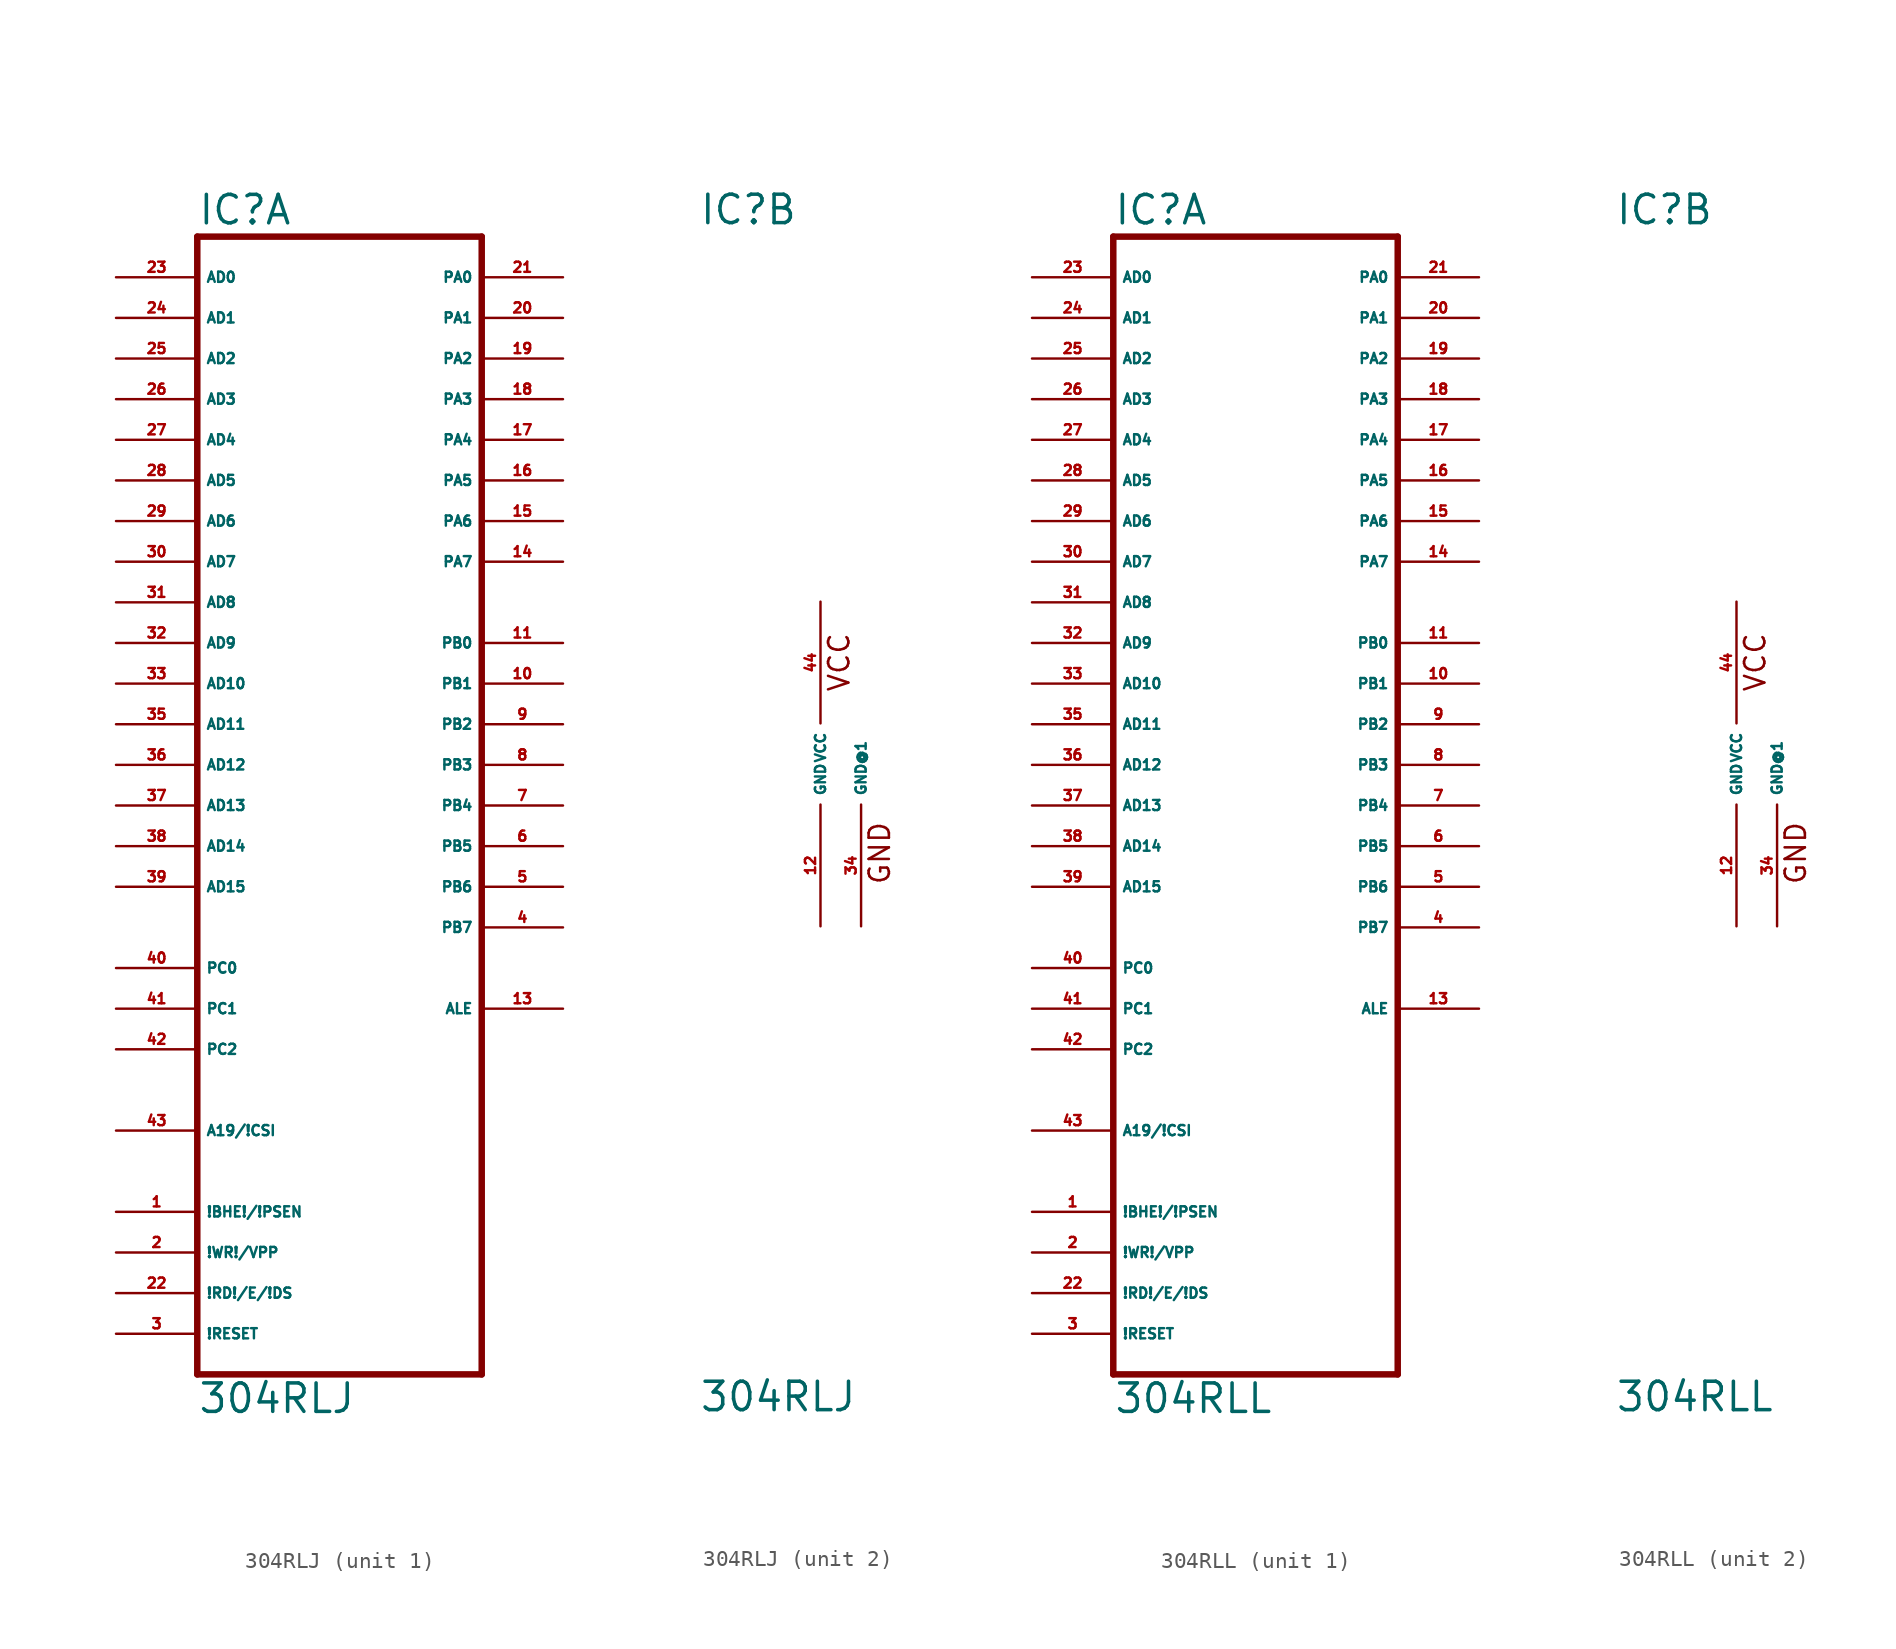
<source format=kicad_sym>
(kicad_symbol_lib
  (version 20220914)
  (generator Eagle2Kicad)
  (symbol "304RLJ"
    (property "Reference" "IC"
      (at -7.62 33.655 0)
      (effects (font (size 1.778 1.778) (thickness 0.22)) (justify left bottom)))
    (property "Value" "304RLJ"
      (at -7.62 -40.64 0)
      (effects (font (size 1.778 1.778) (thickness 0.22)) (justify left bottom)))
    (symbol "304RLJ_1_0"
      (polyline (pts (xy -7.62 -38.1) (xy 10.16 -38.1)) (stroke (width 0.406) (type default)) (fill (type none)))
      (polyline (pts (xy 10.16 -38.1) (xy 10.16 33.02)) (stroke (width 0.406) (type default)) (fill (type none)))
      (polyline (pts (xy 10.16 33.02) (xy -7.62 33.02)) (stroke (width 0.406) (type default)) (fill (type none)))
      (polyline (pts (xy -7.62 33.02) (xy -7.62 -38.1)) (stroke (width 0.406) (type default)) (fill (type none)))
      (pin input line (at -12.7 30.48 0) (length 5.08) (name "AD0" (effects (font (size 0.635 0.635) (thickness 0.08)) (justify left bottom))) (number "23" (effects (font (size 0.635 0.635) (thickness 0.08)) (justify left bottom))))
      (pin input line (at -12.7 27.94 0) (length 5.08) (name "AD1" (effects (font (size 0.635 0.635) (thickness 0.08)) (justify left bottom))) (number "24" (effects (font (size 0.635 0.635) (thickness 0.08)) (justify left bottom))))
      (pin input line (at -12.7 25.4 0) (length 5.08) (name "AD2" (effects (font (size 0.635 0.635) (thickness 0.08)) (justify left bottom))) (number "25" (effects (font (size 0.635 0.635) (thickness 0.08)) (justify left bottom))))
      (pin input line (at -12.7 22.86 0) (length 5.08) (name "AD3" (effects (font (size 0.635 0.635) (thickness 0.08)) (justify left bottom))) (number "26" (effects (font (size 0.635 0.635) (thickness 0.08)) (justify left bottom))))
      (pin input line (at -12.7 20.32 0) (length 5.08) (name "AD4" (effects (font (size 0.635 0.635) (thickness 0.08)) (justify left bottom))) (number "27" (effects (font (size 0.635 0.635) (thickness 0.08)) (justify left bottom))))
      (pin input line (at -12.7 17.78 0) (length 5.08) (name "AD5" (effects (font (size 0.635 0.635) (thickness 0.08)) (justify left bottom))) (number "28" (effects (font (size 0.635 0.635) (thickness 0.08)) (justify left bottom))))
      (pin input line (at -12.7 15.24 0) (length 5.08) (name "AD6" (effects (font (size 0.635 0.635) (thickness 0.08)) (justify left bottom))) (number "29" (effects (font (size 0.635 0.635) (thickness 0.08)) (justify left bottom))))
      (pin input line (at -12.7 12.7 0) (length 5.08) (name "AD7" (effects (font (size 0.635 0.635) (thickness 0.08)) (justify left bottom))) (number "30" (effects (font (size 0.635 0.635) (thickness 0.08)) (justify left bottom))))
      (pin input line (at -12.7 10.16 0) (length 5.08) (name "AD8" (effects (font (size 0.635 0.635) (thickness 0.08)) (justify left bottom))) (number "31" (effects (font (size 0.635 0.635) (thickness 0.08)) (justify left bottom))))
      (pin input line (at -12.7 7.62 0) (length 5.08) (name "AD9" (effects (font (size 0.635 0.635) (thickness 0.08)) (justify left bottom))) (number "32" (effects (font (size 0.635 0.635) (thickness 0.08)) (justify left bottom))))
      (pin input line (at -12.7 5.08 0) (length 5.08) (name "AD10" (effects (font (size 0.635 0.635) (thickness 0.08)) (justify left bottom))) (number "33" (effects (font (size 0.635 0.635) (thickness 0.08)) (justify left bottom))))
      (pin input line (at -12.7 2.54 0) (length 5.08) (name "AD11" (effects (font (size 0.635 0.635) (thickness 0.08)) (justify left bottom))) (number "35" (effects (font (size 0.635 0.635) (thickness 0.08)) (justify left bottom))))
      (pin input line (at -12.7 0 0) (length 5.08) (name "AD12" (effects (font (size 0.635 0.635) (thickness 0.08)) (justify left bottom))) (number "36" (effects (font (size 0.635 0.635) (thickness 0.08)) (justify left bottom))))
      (pin input line (at -12.7 -2.54 0) (length 5.08) (name "AD13" (effects (font (size 0.635 0.635) (thickness 0.08)) (justify left bottom))) (number "37" (effects (font (size 0.635 0.635) (thickness 0.08)) (justify left bottom))))
      (pin input line (at -12.7 -5.08 0) (length 5.08) (name "AD14" (effects (font (size 0.635 0.635) (thickness 0.08)) (justify left bottom))) (number "38" (effects (font (size 0.635 0.635) (thickness 0.08)) (justify left bottom))))
      (pin input line (at -12.7 -7.62 0) (length 5.08) (name "AD15" (effects (font (size 0.635 0.635) (thickness 0.08)) (justify left bottom))) (number "39" (effects (font (size 0.635 0.635) (thickness 0.08)) (justify left bottom))))
      (pin input line (at -12.7 -12.7 0) (length 5.08) (name "PC0" (effects (font (size 0.635 0.635) (thickness 0.08)) (justify left bottom))) (number "40" (effects (font (size 0.635 0.635) (thickness 0.08)) (justify left bottom))))
      (pin input line (at -12.7 -15.24 0) (length 5.08) (name "PC1" (effects (font (size 0.635 0.635) (thickness 0.08)) (justify left bottom))) (number "41" (effects (font (size 0.635 0.635) (thickness 0.08)) (justify left bottom))))
      (pin input line (at -12.7 -17.78 0) (length 5.08) (name "PC2" (effects (font (size 0.635 0.635) (thickness 0.08)) (justify left bottom))) (number "42" (effects (font (size 0.635 0.635) (thickness 0.08)) (justify left bottom))))
      (pin input line (at -12.7 -22.86 0) (length 5.08) (name "A19/!CSI" (effects (font (size 0.635 0.635) (thickness 0.08)) (justify left bottom))) (number "43" (effects (font (size 0.635 0.635) (thickness 0.08)) (justify left bottom))))
      (pin bidirectional line (at 15.24 30.48 180) (length 5.08) (name "PA0" (effects (font (size 0.635 0.635) (thickness 0.08)) (justify left bottom))) (number "21" (effects (font (size 0.635 0.635) (thickness 0.08)) (justify left bottom))))
      (pin bidirectional line (at 15.24 27.94 180) (length 5.08) (name "PA1" (effects (font (size 0.635 0.635) (thickness 0.08)) (justify left bottom))) (number "20" (effects (font (size 0.635 0.635) (thickness 0.08)) (justify left bottom))))
      (pin bidirectional line (at 15.24 25.4 180) (length 5.08) (name "PA2" (effects (font (size 0.635 0.635) (thickness 0.08)) (justify left bottom))) (number "19" (effects (font (size 0.635 0.635) (thickness 0.08)) (justify left bottom))))
      (pin bidirectional line (at 15.24 22.86 180) (length 5.08) (name "PA3" (effects (font (size 0.635 0.635) (thickness 0.08)) (justify left bottom))) (number "18" (effects (font (size 0.635 0.635) (thickness 0.08)) (justify left bottom))))
      (pin bidirectional line (at 15.24 20.32 180) (length 5.08) (name "PA4" (effects (font (size 0.635 0.635) (thickness 0.08)) (justify left bottom))) (number "17" (effects (font (size 0.635 0.635) (thickness 0.08)) (justify left bottom))))
      (pin bidirectional line (at 15.24 17.78 180) (length 5.08) (name "PA5" (effects (font (size 0.635 0.635) (thickness 0.08)) (justify left bottom))) (number "16" (effects (font (size 0.635 0.635) (thickness 0.08)) (justify left bottom))))
      (pin bidirectional line (at 15.24 15.24 180) (length 5.08) (name "PA6" (effects (font (size 0.635 0.635) (thickness 0.08)) (justify left bottom))) (number "15" (effects (font (size 0.635 0.635) (thickness 0.08)) (justify left bottom))))
      (pin bidirectional line (at 15.24 12.7 180) (length 5.08) (name "PA7" (effects (font (size 0.635 0.635) (thickness 0.08)) (justify left bottom))) (number "14" (effects (font (size 0.635 0.635) (thickness 0.08)) (justify left bottom))))
      (pin output line (at 15.24 7.62 180) (length 5.08) (name "PB0" (effects (font (size 0.635 0.635) (thickness 0.08)) (justify left bottom))) (number "11" (effects (font (size 0.635 0.635) (thickness 0.08)) (justify left bottom))))
      (pin output line (at 15.24 5.08 180) (length 5.08) (name "PB1" (effects (font (size 0.635 0.635) (thickness 0.08)) (justify left bottom))) (number "10" (effects (font (size 0.635 0.635) (thickness 0.08)) (justify left bottom))))
      (pin output line (at 15.24 2.54 180) (length 5.08) (name "PB2" (effects (font (size 0.635 0.635) (thickness 0.08)) (justify left bottom))) (number "9" (effects (font (size 0.635 0.635) (thickness 0.08)) (justify left bottom))))
      (pin output line (at 15.24 0 180) (length 5.08) (name "PB3" (effects (font (size 0.635 0.635) (thickness 0.08)) (justify left bottom))) (number "8" (effects (font (size 0.635 0.635) (thickness 0.08)) (justify left bottom))))
      (pin output line (at 15.24 -2.54 180) (length 5.08) (name "PB4" (effects (font (size 0.635 0.635) (thickness 0.08)) (justify left bottom))) (number "7" (effects (font (size 0.635 0.635) (thickness 0.08)) (justify left bottom))))
      (pin output line (at 15.24 -5.08 180) (length 5.08) (name "PB5" (effects (font (size 0.635 0.635) (thickness 0.08)) (justify left bottom))) (number "6" (effects (font (size 0.635 0.635) (thickness 0.08)) (justify left bottom))))
      (pin output line (at 15.24 -7.62 180) (length 5.08) (name "PB6" (effects (font (size 0.635 0.635) (thickness 0.08)) (justify left bottom))) (number "5" (effects (font (size 0.635 0.635) (thickness 0.08)) (justify left bottom))))
      (pin output line (at 15.24 -10.16 180) (length 5.08) (name "PB7" (effects (font (size 0.635 0.635) (thickness 0.08)) (justify left bottom))) (number "4" (effects (font (size 0.635 0.635) (thickness 0.08)) (justify left bottom))))
      (pin output line (at 15.24 -15.24 180) (length 5.08) (name "ALE" (effects (font (size 0.635 0.635) (thickness 0.08)) (justify left bottom))) (number "13" (effects (font (size 0.635 0.635) (thickness 0.08)) (justify left bottom))))
      (pin input line (at -12.7 -27.94 0) (length 5.08) (name "!BHE!/!PSEN" (effects (font (size 0.635 0.635) (thickness 0.08)) (justify left bottom))) (number "1" (effects (font (size 0.635 0.635) (thickness 0.08)) (justify left bottom))))
      (pin input line (at -12.7 -30.48 0) (length 5.08) (name "!WR!/VPP" (effects (font (size 0.635 0.635) (thickness 0.08)) (justify left bottom))) (number "2" (effects (font (size 0.635 0.635) (thickness 0.08)) (justify left bottom))))
      (pin input line (at -12.7 -33.02 0) (length 5.08) (name "!RD!/E/!DS" (effects (font (size 0.635 0.635) (thickness 0.08)) (justify left bottom))) (number "22" (effects (font (size 0.635 0.635) (thickness 0.08)) (justify left bottom))))
      (pin input line (at -12.7 -35.56 0) (length 5.08) (name "!RESET" (effects (font (size 0.635 0.635) (thickness 0.08)) (justify left bottom))) (number "3" (effects (font (size 0.635 0.635) (thickness 0.08)) (justify left bottom)))))
    (symbol "304RLJ_2_0"
      (text "VCC" (at 1.905 4.445 900) (effects (font (size 1.27 1.27) (thickness 0.16)) (justify left bottom)))
      (text "GND" (at 4.445 -7.62 900) (effects (font (size 1.27 1.27) (thickness 0.16)) (justify left bottom)))
      (pin unspecified line (at 0 10.16 270) (length 7.62) (name "VCC" (effects (font (size 0.635 0.635) (thickness 0.08)) (justify left bottom))) (number "44" (effects (font (size 0.635 0.635) (thickness 0.08)) (justify left bottom))))
      (pin unspecified line (at 0 -10.16 90) (length 7.62) (name "GND" (effects (font (size 0.635 0.635) (thickness 0.08)) (justify left bottom))) (number "12" (effects (font (size 0.635 0.635) (thickness 0.08)) (justify left bottom))))
      (pin unspecified line (at 2.54 -10.16 90) (length 7.62) (name "GND@1" (effects (font (size 0.635 0.635) (thickness 0.08)) (justify left bottom))) (number "34" (effects (font (size 0.635 0.635) (thickness 0.08)) (justify left bottom))))))
  (symbol "304RLL"
    (property "Reference" "IC"
      (at -7.62 33.655 0)
      (effects (font (size 1.778 1.778) (thickness 0.22)) (justify left bottom)))
    (property "Value" "304RLL"
      (at -7.62 -40.64 0)
      (effects (font (size 1.778 1.778) (thickness 0.22)) (justify left bottom)))
    (symbol "304RLL_1_0"
      (polyline (pts (xy -7.62 -38.1) (xy 10.16 -38.1)) (stroke (width 0.406) (type default)) (fill (type none)))
      (polyline (pts (xy 10.16 -38.1) (xy 10.16 33.02)) (stroke (width 0.406) (type default)) (fill (type none)))
      (polyline (pts (xy 10.16 33.02) (xy -7.62 33.02)) (stroke (width 0.406) (type default)) (fill (type none)))
      (polyline (pts (xy -7.62 33.02) (xy -7.62 -38.1)) (stroke (width 0.406) (type default)) (fill (type none)))
      (pin input line (at -12.7 30.48 0) (length 5.08) (name "AD0" (effects (font (size 0.635 0.635) (thickness 0.08)) (justify left bottom))) (number "23" (effects (font (size 0.635 0.635) (thickness 0.08)) (justify left bottom))))
      (pin input line (at -12.7 27.94 0) (length 5.08) (name "AD1" (effects (font (size 0.635 0.635) (thickness 0.08)) (justify left bottom))) (number "24" (effects (font (size 0.635 0.635) (thickness 0.08)) (justify left bottom))))
      (pin input line (at -12.7 25.4 0) (length 5.08) (name "AD2" (effects (font (size 0.635 0.635) (thickness 0.08)) (justify left bottom))) (number "25" (effects (font (size 0.635 0.635) (thickness 0.08)) (justify left bottom))))
      (pin input line (at -12.7 22.86 0) (length 5.08) (name "AD3" (effects (font (size 0.635 0.635) (thickness 0.08)) (justify left bottom))) (number "26" (effects (font (size 0.635 0.635) (thickness 0.08)) (justify left bottom))))
      (pin input line (at -12.7 20.32 0) (length 5.08) (name "AD4" (effects (font (size 0.635 0.635) (thickness 0.08)) (justify left bottom))) (number "27" (effects (font (size 0.635 0.635) (thickness 0.08)) (justify left bottom))))
      (pin input line (at -12.7 17.78 0) (length 5.08) (name "AD5" (effects (font (size 0.635 0.635) (thickness 0.08)) (justify left bottom))) (number "28" (effects (font (size 0.635 0.635) (thickness 0.08)) (justify left bottom))))
      (pin input line (at -12.7 15.24 0) (length 5.08) (name "AD6" (effects (font (size 0.635 0.635) (thickness 0.08)) (justify left bottom))) (number "29" (effects (font (size 0.635 0.635) (thickness 0.08)) (justify left bottom))))
      (pin input line (at -12.7 12.7 0) (length 5.08) (name "AD7" (effects (font (size 0.635 0.635) (thickness 0.08)) (justify left bottom))) (number "30" (effects (font (size 0.635 0.635) (thickness 0.08)) (justify left bottom))))
      (pin input line (at -12.7 10.16 0) (length 5.08) (name "AD8" (effects (font (size 0.635 0.635) (thickness 0.08)) (justify left bottom))) (number "31" (effects (font (size 0.635 0.635) (thickness 0.08)) (justify left bottom))))
      (pin input line (at -12.7 7.62 0) (length 5.08) (name "AD9" (effects (font (size 0.635 0.635) (thickness 0.08)) (justify left bottom))) (number "32" (effects (font (size 0.635 0.635) (thickness 0.08)) (justify left bottom))))
      (pin input line (at -12.7 5.08 0) (length 5.08) (name "AD10" (effects (font (size 0.635 0.635) (thickness 0.08)) (justify left bottom))) (number "33" (effects (font (size 0.635 0.635) (thickness 0.08)) (justify left bottom))))
      (pin input line (at -12.7 2.54 0) (length 5.08) (name "AD11" (effects (font (size 0.635 0.635) (thickness 0.08)) (justify left bottom))) (number "35" (effects (font (size 0.635 0.635) (thickness 0.08)) (justify left bottom))))
      (pin input line (at -12.7 0 0) (length 5.08) (name "AD12" (effects (font (size 0.635 0.635) (thickness 0.08)) (justify left bottom))) (number "36" (effects (font (size 0.635 0.635) (thickness 0.08)) (justify left bottom))))
      (pin input line (at -12.7 -2.54 0) (length 5.08) (name "AD13" (effects (font (size 0.635 0.635) (thickness 0.08)) (justify left bottom))) (number "37" (effects (font (size 0.635 0.635) (thickness 0.08)) (justify left bottom))))
      (pin input line (at -12.7 -5.08 0) (length 5.08) (name "AD14" (effects (font (size 0.635 0.635) (thickness 0.08)) (justify left bottom))) (number "38" (effects (font (size 0.635 0.635) (thickness 0.08)) (justify left bottom))))
      (pin input line (at -12.7 -7.62 0) (length 5.08) (name "AD15" (effects (font (size 0.635 0.635) (thickness 0.08)) (justify left bottom))) (number "39" (effects (font (size 0.635 0.635) (thickness 0.08)) (justify left bottom))))
      (pin input line (at -12.7 -12.7 0) (length 5.08) (name "PC0" (effects (font (size 0.635 0.635) (thickness 0.08)) (justify left bottom))) (number "40" (effects (font (size 0.635 0.635) (thickness 0.08)) (justify left bottom))))
      (pin input line (at -12.7 -15.24 0) (length 5.08) (name "PC1" (effects (font (size 0.635 0.635) (thickness 0.08)) (justify left bottom))) (number "41" (effects (font (size 0.635 0.635) (thickness 0.08)) (justify left bottom))))
      (pin input line (at -12.7 -17.78 0) (length 5.08) (name "PC2" (effects (font (size 0.635 0.635) (thickness 0.08)) (justify left bottom))) (number "42" (effects (font (size 0.635 0.635) (thickness 0.08)) (justify left bottom))))
      (pin input line (at -12.7 -22.86 0) (length 5.08) (name "A19/!CSI" (effects (font (size 0.635 0.635) (thickness 0.08)) (justify left bottom))) (number "43" (effects (font (size 0.635 0.635) (thickness 0.08)) (justify left bottom))))
      (pin bidirectional line (at 15.24 30.48 180) (length 5.08) (name "PA0" (effects (font (size 0.635 0.635) (thickness 0.08)) (justify left bottom))) (number "21" (effects (font (size 0.635 0.635) (thickness 0.08)) (justify left bottom))))
      (pin bidirectional line (at 15.24 27.94 180) (length 5.08) (name "PA1" (effects (font (size 0.635 0.635) (thickness 0.08)) (justify left bottom))) (number "20" (effects (font (size 0.635 0.635) (thickness 0.08)) (justify left bottom))))
      (pin bidirectional line (at 15.24 25.4 180) (length 5.08) (name "PA2" (effects (font (size 0.635 0.635) (thickness 0.08)) (justify left bottom))) (number "19" (effects (font (size 0.635 0.635) (thickness 0.08)) (justify left bottom))))
      (pin bidirectional line (at 15.24 22.86 180) (length 5.08) (name "PA3" (effects (font (size 0.635 0.635) (thickness 0.08)) (justify left bottom))) (number "18" (effects (font (size 0.635 0.635) (thickness 0.08)) (justify left bottom))))
      (pin bidirectional line (at 15.24 20.32 180) (length 5.08) (name "PA4" (effects (font (size 0.635 0.635) (thickness 0.08)) (justify left bottom))) (number "17" (effects (font (size 0.635 0.635) (thickness 0.08)) (justify left bottom))))
      (pin bidirectional line (at 15.24 17.78 180) (length 5.08) (name "PA5" (effects (font (size 0.635 0.635) (thickness 0.08)) (justify left bottom))) (number "16" (effects (font (size 0.635 0.635) (thickness 0.08)) (justify left bottom))))
      (pin bidirectional line (at 15.24 15.24 180) (length 5.08) (name "PA6" (effects (font (size 0.635 0.635) (thickness 0.08)) (justify left bottom))) (number "15" (effects (font (size 0.635 0.635) (thickness 0.08)) (justify left bottom))))
      (pin bidirectional line (at 15.24 12.7 180) (length 5.08) (name "PA7" (effects (font (size 0.635 0.635) (thickness 0.08)) (justify left bottom))) (number "14" (effects (font (size 0.635 0.635) (thickness 0.08)) (justify left bottom))))
      (pin output line (at 15.24 7.62 180) (length 5.08) (name "PB0" (effects (font (size 0.635 0.635) (thickness 0.08)) (justify left bottom))) (number "11" (effects (font (size 0.635 0.635) (thickness 0.08)) (justify left bottom))))
      (pin output line (at 15.24 5.08 180) (length 5.08) (name "PB1" (effects (font (size 0.635 0.635) (thickness 0.08)) (justify left bottom))) (number "10" (effects (font (size 0.635 0.635) (thickness 0.08)) (justify left bottom))))
      (pin output line (at 15.24 2.54 180) (length 5.08) (name "PB2" (effects (font (size 0.635 0.635) (thickness 0.08)) (justify left bottom))) (number "9" (effects (font (size 0.635 0.635) (thickness 0.08)) (justify left bottom))))
      (pin output line (at 15.24 0 180) (length 5.08) (name "PB3" (effects (font (size 0.635 0.635) (thickness 0.08)) (justify left bottom))) (number "8" (effects (font (size 0.635 0.635) (thickness 0.08)) (justify left bottom))))
      (pin output line (at 15.24 -2.54 180) (length 5.08) (name "PB4" (effects (font (size 0.635 0.635) (thickness 0.08)) (justify left bottom))) (number "7" (effects (font (size 0.635 0.635) (thickness 0.08)) (justify left bottom))))
      (pin output line (at 15.24 -5.08 180) (length 5.08) (name "PB5" (effects (font (size 0.635 0.635) (thickness 0.08)) (justify left bottom))) (number "6" (effects (font (size 0.635 0.635) (thickness 0.08)) (justify left bottom))))
      (pin output line (at 15.24 -7.62 180) (length 5.08) (name "PB6" (effects (font (size 0.635 0.635) (thickness 0.08)) (justify left bottom))) (number "5" (effects (font (size 0.635 0.635) (thickness 0.08)) (justify left bottom))))
      (pin output line (at 15.24 -10.16 180) (length 5.08) (name "PB7" (effects (font (size 0.635 0.635) (thickness 0.08)) (justify left bottom))) (number "4" (effects (font (size 0.635 0.635) (thickness 0.08)) (justify left bottom))))
      (pin output line (at 15.24 -15.24 180) (length 5.08) (name "ALE" (effects (font (size 0.635 0.635) (thickness 0.08)) (justify left bottom))) (number "13" (effects (font (size 0.635 0.635) (thickness 0.08)) (justify left bottom))))
      (pin input line (at -12.7 -27.94 0) (length 5.08) (name "!BHE!/!PSEN" (effects (font (size 0.635 0.635) (thickness 0.08)) (justify left bottom))) (number "1" (effects (font (size 0.635 0.635) (thickness 0.08)) (justify left bottom))))
      (pin input line (at -12.7 -30.48 0) (length 5.08) (name "!WR!/VPP" (effects (font (size 0.635 0.635) (thickness 0.08)) (justify left bottom))) (number "2" (effects (font (size 0.635 0.635) (thickness 0.08)) (justify left bottom))))
      (pin input line (at -12.7 -33.02 0) (length 5.08) (name "!RD!/E/!DS" (effects (font (size 0.635 0.635) (thickness 0.08)) (justify left bottom))) (number "22" (effects (font (size 0.635 0.635) (thickness 0.08)) (justify left bottom))))
      (pin input line (at -12.7 -35.56 0) (length 5.08) (name "!RESET" (effects (font (size 0.635 0.635) (thickness 0.08)) (justify left bottom))) (number "3" (effects (font (size 0.635 0.635) (thickness 0.08)) (justify left bottom)))))
    (symbol "304RLL_2_0"
      (text "VCC" (at 1.905 4.445 900) (effects (font (size 1.27 1.27) (thickness 0.16)) (justify left bottom)))
      (text "GND" (at 4.445 -7.62 900) (effects (font (size 1.27 1.27) (thickness 0.16)) (justify left bottom)))
      (pin unspecified line (at 0 10.16 270) (length 7.62) (name "VCC" (effects (font (size 0.635 0.635) (thickness 0.08)) (justify left bottom))) (number "44" (effects (font (size 0.635 0.635) (thickness 0.08)) (justify left bottom))))
      (pin unspecified line (at 0 -10.16 90) (length 7.62) (name "GND" (effects (font (size 0.635 0.635) (thickness 0.08)) (justify left bottom))) (number "12" (effects (font (size 0.635 0.635) (thickness 0.08)) (justify left bottom))))
      (pin unspecified line (at 2.54 -10.16 90) (length 7.62) (name "GND@1" (effects (font (size 0.635 0.635) (thickness 0.08)) (justify left bottom))) (number "34" (effects (font (size 0.635 0.635) (thickness 0.08)) (justify left bottom)))))))
</source>
